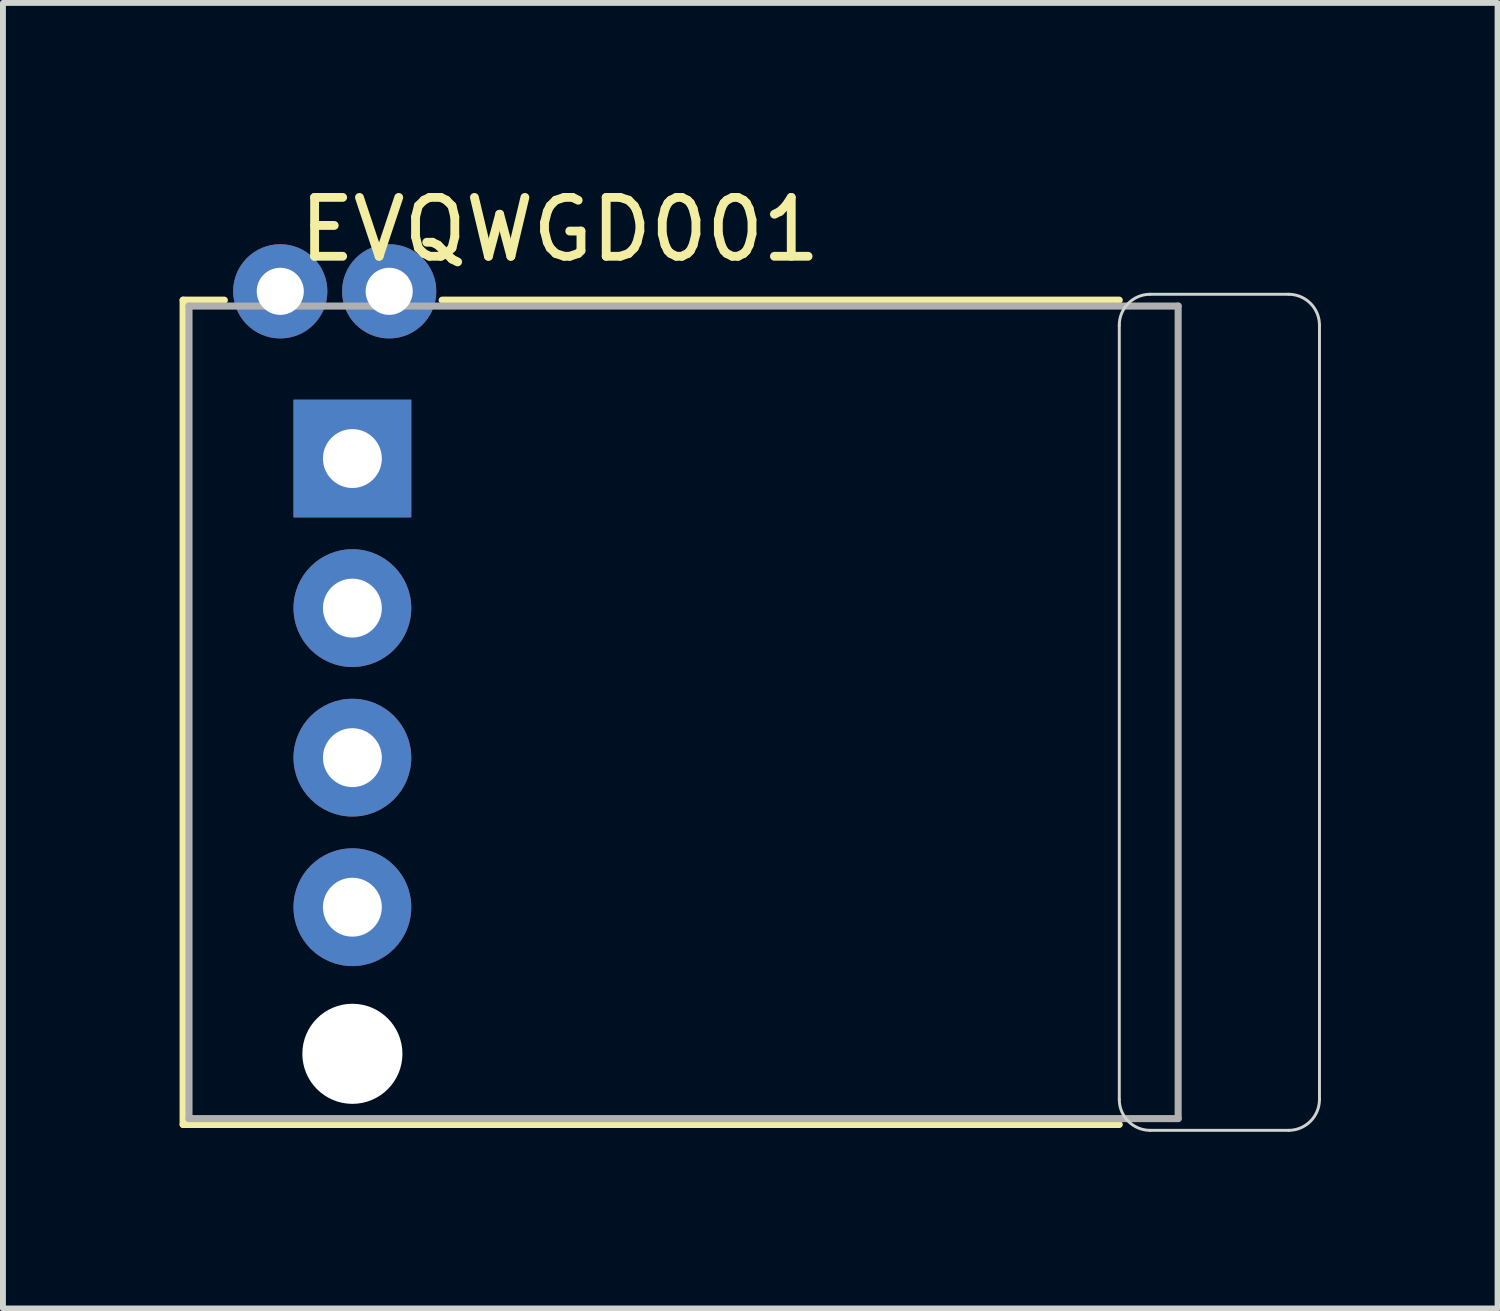
<source format=kicad_pcb>
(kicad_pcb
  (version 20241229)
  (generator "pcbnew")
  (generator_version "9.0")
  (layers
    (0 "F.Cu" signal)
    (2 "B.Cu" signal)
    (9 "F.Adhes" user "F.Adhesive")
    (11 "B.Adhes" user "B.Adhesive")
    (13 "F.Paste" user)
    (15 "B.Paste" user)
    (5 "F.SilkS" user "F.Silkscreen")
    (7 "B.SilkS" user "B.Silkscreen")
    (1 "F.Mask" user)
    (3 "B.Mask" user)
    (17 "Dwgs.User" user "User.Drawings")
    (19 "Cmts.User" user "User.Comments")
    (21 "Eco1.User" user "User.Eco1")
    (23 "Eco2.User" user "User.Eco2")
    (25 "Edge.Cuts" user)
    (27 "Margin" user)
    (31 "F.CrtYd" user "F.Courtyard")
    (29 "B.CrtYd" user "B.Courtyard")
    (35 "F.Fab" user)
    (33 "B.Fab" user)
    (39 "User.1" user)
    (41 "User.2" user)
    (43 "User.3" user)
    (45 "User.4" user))
  (footprint "EVQWGD001"
    (layer "F.Cu")
    (at 9.06 11.748)
    (property "Reference" "EVQWGD001" (at -2.6 -10.9 0) (layer "F.SilkS") (effects (font (size 1 1) (thickness 0.15))))
    (attr through_hole)
    (fp_line (start -9 -9.7) (end -8.3 -9.7) (stroke (width 0.12) (type solid)) (layer "F.SilkS"))
    (fp_line (start -9 4.3) (end -9 -9.7) (stroke (width 0.12) (type solid)) (layer "F.SilkS"))
    (fp_line (start -4.6 -9.7) (end 6.9 -9.7) (stroke (width 0.12) (type solid)) (layer "F.SilkS"))
    (fp_line (start 6.9 4.3) (end -9 4.3) (stroke (width 0.12) (type solid)) (layer "F.SilkS"))
    (fp_line (start 6.9 -9.275) (end 6.9 3.875) (stroke (width 0.05) (type solid)) (layer "Edge.Cuts"))
    (fp_line (start 7.425 4.4) (end 9.775 4.4) (stroke (width 0.05) (type solid)) (layer "Edge.Cuts"))
    (fp_line (start 9.775 -9.8) (end 7.425 -9.8) (stroke (width 0.05) (type solid)) (layer "Edge.Cuts"))
    (fp_line (start 10.3 3.875) (end 10.3 -9.275) (stroke (width 0.05) (type solid)) (layer "Edge.Cuts"))
    (fp_arc (start 6.9 -9.275) (mid 7.053769 -9.646231) (end 7.425 -9.8) (stroke (width 0.05) (type solid)) (layer "Edge.Cuts"))
    (fp_arc (start 7.425 4.4) (mid 7.053769 4.246231) (end 6.9 3.875) (stroke (width 0.05) (type solid)) (layer "Edge.Cuts"))
    (fp_arc (start 9.775 -9.8) (mid 10.146231 -9.646231) (end 10.3 -9.275) (stroke (width 0.05) (type solid)) (layer "Edge.Cuts"))
    (fp_arc (start 10.3 3.875) (mid 10.146231 4.246231) (end 9.775 4.4) (stroke (width 0.05) (type solid)) (layer "Edge.Cuts"))
    (fp_line (start -8.9 -9.6) (end 7.9 -9.6) (stroke (width 0.12) (type solid)) (layer "F.Fab"))
    (fp_line (start -8.9 4.2) (end -8.9 -9.6) (stroke (width 0.12) (type solid)) (layer "F.Fab"))
    (fp_line (start 7.9 -9.6) (end 7.9 4.2) (stroke (width 0.12) (type solid)) (layer "F.Fab"))
    (fp_line (start 7.9 4.2) (end -8.9 4.2) (stroke (width 0.12) (type solid)) (layer "F.Fab"))
    (pad "" np_thru_hole circle (at -6.125 3.1) (size 1.7 1.7) (drill 1.7) (layers "*.Cu" "*.Mask"))
    (pad "A" thru_hole rect (at -6.125 -7.01) (size 2 2) (drill 1) (layers "*.Cu" "*.Mask"))
    (pad "B" thru_hole circle (at -6.125 -4.47) (size 2 2) (drill 1) (layers "*.Cu" "*.Mask"))
    (pad "C" thru_hole circle (at -6.125 -1.93) (size 2 2) (drill 1) (layers "*.Cu" "*.Mask"))
    (pad "D" thru_hole circle (at -6.125 0.61) (size 2 2) (drill 1) (layers "*.Cu" "*.Mask"))
    (pad "S1" thru_hole circle (at -7.35 -9.85) (size 1.6 1.6) (drill 0.8) (layers "*.Cu" "*.Mask"))
    (pad "S2" thru_hole circle (at -5.5 -9.85) (size 1.6 1.6) (drill 0.8) (layers "*.Cu" "*.Mask")))
  (gr_rect
    (start -3 -3)
    (end 22.385 19.173)
    (stroke (width 0.1) (type default))
    (fill no)
    (layer "Edge.Cuts")))
</source>
